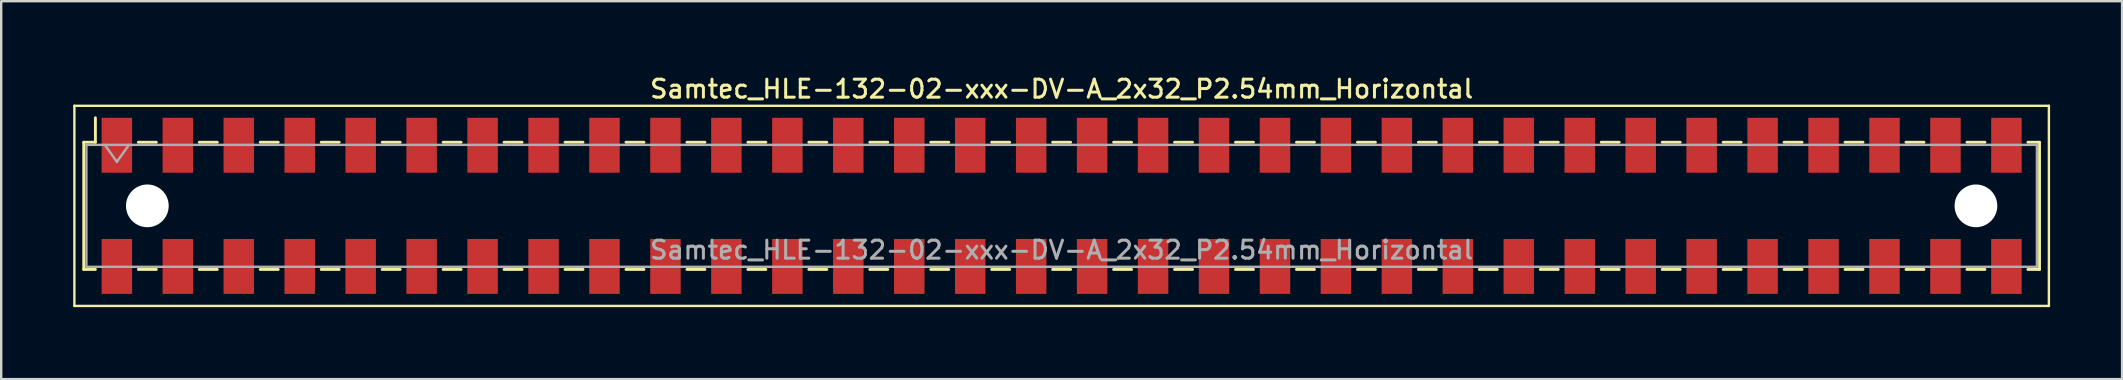
<source format=kicad_pcb>
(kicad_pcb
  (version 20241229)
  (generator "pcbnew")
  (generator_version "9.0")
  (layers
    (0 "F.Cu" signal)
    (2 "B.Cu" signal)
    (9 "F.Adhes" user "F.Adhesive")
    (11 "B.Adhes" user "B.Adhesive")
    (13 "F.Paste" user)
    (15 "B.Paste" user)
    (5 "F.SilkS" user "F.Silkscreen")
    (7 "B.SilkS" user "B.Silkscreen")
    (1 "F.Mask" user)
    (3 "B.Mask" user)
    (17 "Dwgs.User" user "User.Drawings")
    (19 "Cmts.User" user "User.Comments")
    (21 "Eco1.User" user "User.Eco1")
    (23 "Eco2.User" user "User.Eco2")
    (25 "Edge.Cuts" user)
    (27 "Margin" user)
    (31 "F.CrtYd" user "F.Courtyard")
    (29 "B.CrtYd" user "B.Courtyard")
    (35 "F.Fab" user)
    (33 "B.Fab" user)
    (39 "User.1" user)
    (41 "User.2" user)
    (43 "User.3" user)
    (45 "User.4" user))
  (footprint "Samtec_HLE-132-02-xxx-DV-A_2x32_P2.54mm_Horizontal"
    (layer "F.Cu")
    (at 41.19 5.528)
    (property "Reference" "Samtec_HLE-132-02-xxx-DV-A_2x32_P2.54mm_Horizontal" (at 0 -4.87 0) (layer "F.SilkS") (effects (font (size 0.75 0.75) (thickness 0.125))))
    (attr smd)
    (fp_line (start -41.14 -4.17) (end 41.14 -4.17) (stroke (width 0.1) (type solid)) (layer "F.SilkS"))
    (fp_line (start -41.14 4.17) (end -41.14 -4.17) (stroke (width 0.1) (type solid)) (layer "F.SilkS"))
    (fp_line (start -40.75 -2.65) (end -40.75 2.65) (stroke (width 0.12) (type solid)) (layer "F.SilkS"))
    (fp_line (start -40.75 2.65) (end -40.265 2.65) (stroke (width 0.12) (type solid)) (layer "F.SilkS"))
    (fp_line (start -40.265 -3.67) (end -40.265 -2.65) (stroke (width 0.12) (type solid)) (layer "F.SilkS"))
    (fp_line (start -40.265 -2.65) (end -40.75 -2.65) (stroke (width 0.12) (type solid)) (layer "F.SilkS"))
    (fp_line (start -38.475 -2.65) (end -37.725 -2.65) (stroke (width 0.12) (type solid)) (layer "F.SilkS"))
    (fp_line (start -38.475 2.65) (end -37.725 2.65) (stroke (width 0.12) (type solid)) (layer "F.SilkS"))
    (fp_line (start -35.935 -2.65) (end -35.185 -2.65) (stroke (width 0.12) (type solid)) (layer "F.SilkS"))
    (fp_line (start -35.935 2.65) (end -35.185 2.65) (stroke (width 0.12) (type solid)) (layer "F.SilkS"))
    (fp_line (start -33.395 -2.65) (end -32.645 -2.65) (stroke (width 0.12) (type solid)) (layer "F.SilkS"))
    (fp_line (start -33.395 2.65) (end -32.645 2.65) (stroke (width 0.12) (type solid)) (layer "F.SilkS"))
    (fp_line (start -30.855 -2.65) (end -30.105 -2.65) (stroke (width 0.12) (type solid)) (layer "F.SilkS"))
    (fp_line (start -30.855 2.65) (end -30.105 2.65) (stroke (width 0.12) (type solid)) (layer "F.SilkS"))
    (fp_line (start -28.315 -2.65) (end -27.565 -2.65) (stroke (width 0.12) (type solid)) (layer "F.SilkS"))
    (fp_line (start -28.315 2.65) (end -27.565 2.65) (stroke (width 0.12) (type solid)) (layer "F.SilkS"))
    (fp_line (start -25.775 -2.65) (end -25.025 -2.65) (stroke (width 0.12) (type solid)) (layer "F.SilkS"))
    (fp_line (start -25.775 2.65) (end -25.025 2.65) (stroke (width 0.12) (type solid)) (layer "F.SilkS"))
    (fp_line (start -23.235 -2.65) (end -22.485 -2.65) (stroke (width 0.12) (type solid)) (layer "F.SilkS"))
    (fp_line (start -23.235 2.65) (end -22.485 2.65) (stroke (width 0.12) (type solid)) (layer "F.SilkS"))
    (fp_line (start -20.695 -2.65) (end -19.945 -2.65) (stroke (width 0.12) (type solid)) (layer "F.SilkS"))
    (fp_line (start -20.695 2.65) (end -19.945 2.65) (stroke (width 0.12) (type solid)) (layer "F.SilkS"))
    (fp_line (start -18.155 -2.65) (end -17.405 -2.65) (stroke (width 0.12) (type solid)) (layer "F.SilkS"))
    (fp_line (start -18.155 2.65) (end -17.405 2.65) (stroke (width 0.12) (type solid)) (layer "F.SilkS"))
    (fp_line (start -15.615 -2.65) (end -14.865 -2.65) (stroke (width 0.12) (type solid)) (layer "F.SilkS"))
    (fp_line (start -15.615 2.65) (end -14.865 2.65) (stroke (width 0.12) (type solid)) (layer "F.SilkS"))
    (fp_line (start -13.075 -2.65) (end -12.325 -2.65) (stroke (width 0.12) (type solid)) (layer "F.SilkS"))
    (fp_line (start -13.075 2.65) (end -12.325 2.65) (stroke (width 0.12) (type solid)) (layer "F.SilkS"))
    (fp_line (start -10.535 -2.65) (end -9.785 -2.65) (stroke (width 0.12) (type solid)) (layer "F.SilkS"))
    (fp_line (start -10.535 2.65) (end -9.785 2.65) (stroke (width 0.12) (type solid)) (layer "F.SilkS"))
    (fp_line (start -7.995 -2.65) (end -7.245 -2.65) (stroke (width 0.12) (type solid)) (layer "F.SilkS"))
    (fp_line (start -7.995 2.65) (end -7.245 2.65) (stroke (width 0.12) (type solid)) (layer "F.SilkS"))
    (fp_line (start -5.455 -2.65) (end -4.705 -2.65) (stroke (width 0.12) (type solid)) (layer "F.SilkS"))
    (fp_line (start -5.455 2.65) (end -4.705 2.65) (stroke (width 0.12) (type solid)) (layer "F.SilkS"))
    (fp_line (start -2.915 -2.65) (end -2.165 -2.65) (stroke (width 0.12) (type solid)) (layer "F.SilkS"))
    (fp_line (start -2.915 2.65) (end -2.165 2.65) (stroke (width 0.12) (type solid)) (layer "F.SilkS"))
    (fp_line (start -0.375 -2.65) (end 0.375 -2.65) (stroke (width 0.12) (type solid)) (layer "F.SilkS"))
    (fp_line (start -0.375 2.65) (end 0.375 2.65) (stroke (width 0.12) (type solid)) (layer "F.SilkS"))
    (fp_line (start 2.165 -2.65) (end 2.915 -2.65) (stroke (width 0.12) (type solid)) (layer "F.SilkS"))
    (fp_line (start 2.165 2.65) (end 2.915 2.65) (stroke (width 0.12) (type solid)) (layer "F.SilkS"))
    (fp_line (start 4.705 -2.65) (end 5.455 -2.65) (stroke (width 0.12) (type solid)) (layer "F.SilkS"))
    (fp_line (start 4.705 2.65) (end 5.455 2.65) (stroke (width 0.12) (type solid)) (layer "F.SilkS"))
    (fp_line (start 7.245 -2.65) (end 7.995 -2.65) (stroke (width 0.12) (type solid)) (layer "F.SilkS"))
    (fp_line (start 7.245 2.65) (end 7.995 2.65) (stroke (width 0.12) (type solid)) (layer "F.SilkS"))
    (fp_line (start 9.785 -2.65) (end 10.535 -2.65) (stroke (width 0.12) (type solid)) (layer "F.SilkS"))
    (fp_line (start 9.785 2.65) (end 10.535 2.65) (stroke (width 0.12) (type solid)) (layer "F.SilkS"))
    (fp_line (start 12.325 -2.65) (end 13.075 -2.65) (stroke (width 0.12) (type solid)) (layer "F.SilkS"))
    (fp_line (start 12.325 2.65) (end 13.075 2.65) (stroke (width 0.12) (type solid)) (layer "F.SilkS"))
    (fp_line (start 14.865 -2.65) (end 15.615 -2.65) (stroke (width 0.12) (type solid)) (layer "F.SilkS"))
    (fp_line (start 14.865 2.65) (end 15.615 2.65) (stroke (width 0.12) (type solid)) (layer "F.SilkS"))
    (fp_line (start 17.405 -2.65) (end 18.155 -2.65) (stroke (width 0.12) (type solid)) (layer "F.SilkS"))
    (fp_line (start 17.405 2.65) (end 18.155 2.65) (stroke (width 0.12) (type solid)) (layer "F.SilkS"))
    (fp_line (start 19.945 -2.65) (end 20.695 -2.65) (stroke (width 0.12) (type solid)) (layer "F.SilkS"))
    (fp_line (start 19.945 2.65) (end 20.695 2.65) (stroke (width 0.12) (type solid)) (layer "F.SilkS"))
    (fp_line (start 22.485 -2.65) (end 23.235 -2.65) (stroke (width 0.12) (type solid)) (layer "F.SilkS"))
    (fp_line (start 22.485 2.65) (end 23.235 2.65) (stroke (width 0.12) (type solid)) (layer "F.SilkS"))
    (fp_line (start 25.025 -2.65) (end 25.775 -2.65) (stroke (width 0.12) (type solid)) (layer "F.SilkS"))
    (fp_line (start 25.025 2.65) (end 25.775 2.65) (stroke (width 0.12) (type solid)) (layer "F.SilkS"))
    (fp_line (start 27.565 -2.65) (end 28.315 -2.65) (stroke (width 0.12) (type solid)) (layer "F.SilkS"))
    (fp_line (start 27.565 2.65) (end 28.315 2.65) (stroke (width 0.12) (type solid)) (layer "F.SilkS"))
    (fp_line (start 30.105 -2.65) (end 30.855 -2.65) (stroke (width 0.12) (type solid)) (layer "F.SilkS"))
    (fp_line (start 30.105 2.65) (end 30.855 2.65) (stroke (width 0.12) (type solid)) (layer "F.SilkS"))
    (fp_line (start 32.645 -2.65) (end 33.395 -2.65) (stroke (width 0.12) (type solid)) (layer "F.SilkS"))
    (fp_line (start 32.645 2.65) (end 33.395 2.65) (stroke (width 0.12) (type solid)) (layer "F.SilkS"))
    (fp_line (start 35.185 -2.65) (end 35.935 -2.65) (stroke (width 0.12) (type solid)) (layer "F.SilkS"))
    (fp_line (start 35.185 2.65) (end 35.935 2.65) (stroke (width 0.12) (type solid)) (layer "F.SilkS"))
    (fp_line (start 37.725 -2.65) (end 38.475 -2.65) (stroke (width 0.12) (type solid)) (layer "F.SilkS"))
    (fp_line (start 37.725 2.65) (end 38.475 2.65) (stroke (width 0.12) (type solid)) (layer "F.SilkS"))
    (fp_line (start 40.265 -2.65) (end 40.75 -2.65) (stroke (width 0.12) (type solid)) (layer "F.SilkS"))
    (fp_line (start 40.75 -2.65) (end 40.75 2.65) (stroke (width 0.12) (type solid)) (layer "F.SilkS"))
    (fp_line (start 40.75 2.65) (end 40.265 2.65) (stroke (width 0.12) (type solid)) (layer "F.SilkS"))
    (fp_line (start 41.14 -4.17) (end 41.14 4.17) (stroke (width 0.1) (type solid)) (layer "F.SilkS"))
    (fp_line (start 41.14 4.17) (end -41.14 4.17) (stroke (width 0.1) (type solid)) (layer "F.SilkS"))
    (fp_line (start -40.64 -2.54) (end 40.64 -2.54) (stroke (width 0.1) (type solid)) (layer "F.Fab"))
    (fp_line (start -40.64 2.54) (end -40.64 -2.54) (stroke (width 0.1) (type solid)) (layer "F.Fab"))
    (fp_line (start -39.87 -2.54) (end -39.37 -1.833) (stroke (width 0.1) (type solid)) (layer "F.Fab"))
    (fp_line (start -39.37 -1.833) (end -38.87 -2.54) (stroke (width 0.1) (type solid)) (layer "F.Fab"))
    (fp_line (start 40.64 -2.54) (end 40.64 2.54) (stroke (width 0.1) (type solid)) (layer "F.Fab"))
    (fp_line (start 40.64 2.54) (end -40.64 2.54) (stroke (width 0.1) (type solid)) (layer "F.Fab"))
    (fp_text user "${REFERENCE}" (at 0 1.84 0) (layer "F.Fab") (effects (font (size 0.75 0.75) (thickness 0.125))))
    (pad "" np_thru_hole circle (at -38.1 0) (size 1.78 1.78) (drill 1.78) (layers "*.Cu" "*.Mask"))
    (pad "" np_thru_hole circle (at 38.1 0) (size 1.78 1.78) (drill 1.78) (layers "*.Cu" "*.Mask"))
    (pad "1" smd rect (at -39.37 -2.525) (size 1.27 2.29) (layers "F.Cu" "F.Mask" "F.Paste"))
    (pad "2" smd rect (at -39.37 2.525) (size 1.27 2.29) (layers "F.Cu" "F.Mask" "F.Paste"))
    (pad "3" smd rect (at -36.83 -2.525) (size 1.27 2.29) (layers "F.Cu" "F.Mask" "F.Paste"))
    (pad "4" smd rect (at -36.83 2.525) (size 1.27 2.29) (layers "F.Cu" "F.Mask" "F.Paste"))
    (pad "5" smd rect (at -34.29 -2.525) (size 1.27 2.29) (layers "F.Cu" "F.Mask" "F.Paste"))
    (pad "6" smd rect (at -34.29 2.525) (size 1.27 2.29) (layers "F.Cu" "F.Mask" "F.Paste"))
    (pad "7" smd rect (at -31.75 -2.525) (size 1.27 2.29) (layers "F.Cu" "F.Mask" "F.Paste"))
    (pad "8" smd rect (at -31.75 2.525) (size 1.27 2.29) (layers "F.Cu" "F.Mask" "F.Paste"))
    (pad "9" smd rect (at -29.21 -2.525) (size 1.27 2.29) (layers "F.Cu" "F.Mask" "F.Paste"))
    (pad "10" smd rect (at -29.21 2.525) (size 1.27 2.29) (layers "F.Cu" "F.Mask" "F.Paste"))
    (pad "11" smd rect (at -26.67 -2.525) (size 1.27 2.29) (layers "F.Cu" "F.Mask" "F.Paste"))
    (pad "12" smd rect (at -26.67 2.525) (size 1.27 2.29) (layers "F.Cu" "F.Mask" "F.Paste"))
    (pad "13" smd rect (at -24.13 -2.525) (size 1.27 2.29) (layers "F.Cu" "F.Mask" "F.Paste"))
    (pad "14" smd rect (at -24.13 2.525) (size 1.27 2.29) (layers "F.Cu" "F.Mask" "F.Paste"))
    (pad "15" smd rect (at -21.59 -2.525) (size 1.27 2.29) (layers "F.Cu" "F.Mask" "F.Paste"))
    (pad "16" smd rect (at -21.59 2.525) (size 1.27 2.29) (layers "F.Cu" "F.Mask" "F.Paste"))
    (pad "17" smd rect (at -19.05 -2.525) (size 1.27 2.29) (layers "F.Cu" "F.Mask" "F.Paste"))
    (pad "18" smd rect (at -19.05 2.525) (size 1.27 2.29) (layers "F.Cu" "F.Mask" "F.Paste"))
    (pad "19" smd rect (at -16.51 -2.525) (size 1.27 2.29) (layers "F.Cu" "F.Mask" "F.Paste"))
    (pad "20" smd rect (at -16.51 2.525) (size 1.27 2.29) (layers "F.Cu" "F.Mask" "F.Paste"))
    (pad "21" smd rect (at -13.97 -2.525) (size 1.27 2.29) (layers "F.Cu" "F.Mask" "F.Paste"))
    (pad "22" smd rect (at -13.97 2.525) (size 1.27 2.29) (layers "F.Cu" "F.Mask" "F.Paste"))
    (pad "23" smd rect (at -11.43 -2.525) (size 1.27 2.29) (layers "F.Cu" "F.Mask" "F.Paste"))
    (pad "24" smd rect (at -11.43 2.525) (size 1.27 2.29) (layers "F.Cu" "F.Mask" "F.Paste"))
    (pad "25" smd rect (at -8.89 -2.525) (size 1.27 2.29) (layers "F.Cu" "F.Mask" "F.Paste"))
    (pad "26" smd rect (at -8.89 2.525) (size 1.27 2.29) (layers "F.Cu" "F.Mask" "F.Paste"))
    (pad "27" smd rect (at -6.35 -2.525) (size 1.27 2.29) (layers "F.Cu" "F.Mask" "F.Paste"))
    (pad "28" smd rect (at -6.35 2.525) (size 1.27 2.29) (layers "F.Cu" "F.Mask" "F.Paste"))
    (pad "29" smd rect (at -3.81 -2.525) (size 1.27 2.29) (layers "F.Cu" "F.Mask" "F.Paste"))
    (pad "30" smd rect (at -3.81 2.525) (size 1.27 2.29) (layers "F.Cu" "F.Mask" "F.Paste"))
    (pad "31" smd rect (at -1.27 -2.525) (size 1.27 2.29) (layers "F.Cu" "F.Mask" "F.Paste"))
    (pad "32" smd rect (at -1.27 2.525) (size 1.27 2.29) (layers "F.Cu" "F.Mask" "F.Paste"))
    (pad "33" smd rect (at 1.27 -2.525) (size 1.27 2.29) (layers "F.Cu" "F.Mask" "F.Paste"))
    (pad "34" smd rect (at 1.27 2.525) (size 1.27 2.29) (layers "F.Cu" "F.Mask" "F.Paste"))
    (pad "35" smd rect (at 3.81 -2.525) (size 1.27 2.29) (layers "F.Cu" "F.Mask" "F.Paste"))
    (pad "36" smd rect (at 3.81 2.525) (size 1.27 2.29) (layers "F.Cu" "F.Mask" "F.Paste"))
    (pad "37" smd rect (at 6.35 -2.525) (size 1.27 2.29) (layers "F.Cu" "F.Mask" "F.Paste"))
    (pad "38" smd rect (at 6.35 2.525) (size 1.27 2.29) (layers "F.Cu" "F.Mask" "F.Paste"))
    (pad "39" smd rect (at 8.89 -2.525) (size 1.27 2.29) (layers "F.Cu" "F.Mask" "F.Paste"))
    (pad "40" smd rect (at 8.89 2.525) (size 1.27 2.29) (layers "F.Cu" "F.Mask" "F.Paste"))
    (pad "41" smd rect (at 11.43 -2.525) (size 1.27 2.29) (layers "F.Cu" "F.Mask" "F.Paste"))
    (pad "42" smd rect (at 11.43 2.525) (size 1.27 2.29) (layers "F.Cu" "F.Mask" "F.Paste"))
    (pad "43" smd rect (at 13.97 -2.525) (size 1.27 2.29) (layers "F.Cu" "F.Mask" "F.Paste"))
    (pad "44" smd rect (at 13.97 2.525) (size 1.27 2.29) (layers "F.Cu" "F.Mask" "F.Paste"))
    (pad "45" smd rect (at 16.51 -2.525) (size 1.27 2.29) (layers "F.Cu" "F.Mask" "F.Paste"))
    (pad "46" smd rect (at 16.51 2.525) (size 1.27 2.29) (layers "F.Cu" "F.Mask" "F.Paste"))
    (pad "47" smd rect (at 19.05 -2.525) (size 1.27 2.29) (layers "F.Cu" "F.Mask" "F.Paste"))
    (pad "48" smd rect (at 19.05 2.525) (size 1.27 2.29) (layers "F.Cu" "F.Mask" "F.Paste"))
    (pad "49" smd rect (at 21.59 -2.525) (size 1.27 2.29) (layers "F.Cu" "F.Mask" "F.Paste"))
    (pad "50" smd rect (at 21.59 2.525) (size 1.27 2.29) (layers "F.Cu" "F.Mask" "F.Paste"))
    (pad "51" smd rect (at 24.13 -2.525) (size 1.27 2.29) (layers "F.Cu" "F.Mask" "F.Paste"))
    (pad "52" smd rect (at 24.13 2.525) (size 1.27 2.29) (layers "F.Cu" "F.Mask" "F.Paste"))
    (pad "53" smd rect (at 26.67 -2.525) (size 1.27 2.29) (layers "F.Cu" "F.Mask" "F.Paste"))
    (pad "54" smd rect (at 26.67 2.525) (size 1.27 2.29) (layers "F.Cu" "F.Mask" "F.Paste"))
    (pad "55" smd rect (at 29.21 -2.525) (size 1.27 2.29) (layers "F.Cu" "F.Mask" "F.Paste"))
    (pad "56" smd rect (at 29.21 2.525) (size 1.27 2.29) (layers "F.Cu" "F.Mask" "F.Paste"))
    (pad "57" smd rect (at 31.75 -2.525) (size 1.27 2.29) (layers "F.Cu" "F.Mask" "F.Paste"))
    (pad "58" smd rect (at 31.75 2.525) (size 1.27 2.29) (layers "F.Cu" "F.Mask" "F.Paste"))
    (pad "59" smd rect (at 34.29 -2.525) (size 1.27 2.29) (layers "F.Cu" "F.Mask" "F.Paste"))
    (pad "60" smd rect (at 34.29 2.525) (size 1.27 2.29) (layers "F.Cu" "F.Mask" "F.Paste"))
    (pad "61" smd rect (at 36.83 -2.525) (size 1.27 2.29) (layers "F.Cu" "F.Mask" "F.Paste"))
    (pad "62" smd rect (at 36.83 2.525) (size 1.27 2.29) (layers "F.Cu" "F.Mask" "F.Paste"))
    (pad "63" smd rect (at 39.37 -2.525) (size 1.27 2.29) (layers "F.Cu" "F.Mask" "F.Paste"))
    (pad "64" smd rect (at 39.37 2.525) (size 1.27 2.29) (layers "F.Cu" "F.Mask" "F.Paste")))
  (gr_rect
    (start -3 -3)
    (end 85.38 12.748)
    (stroke (width 0.1) (type default))
    (fill no)
    (layer "Edge.Cuts")))
</source>
